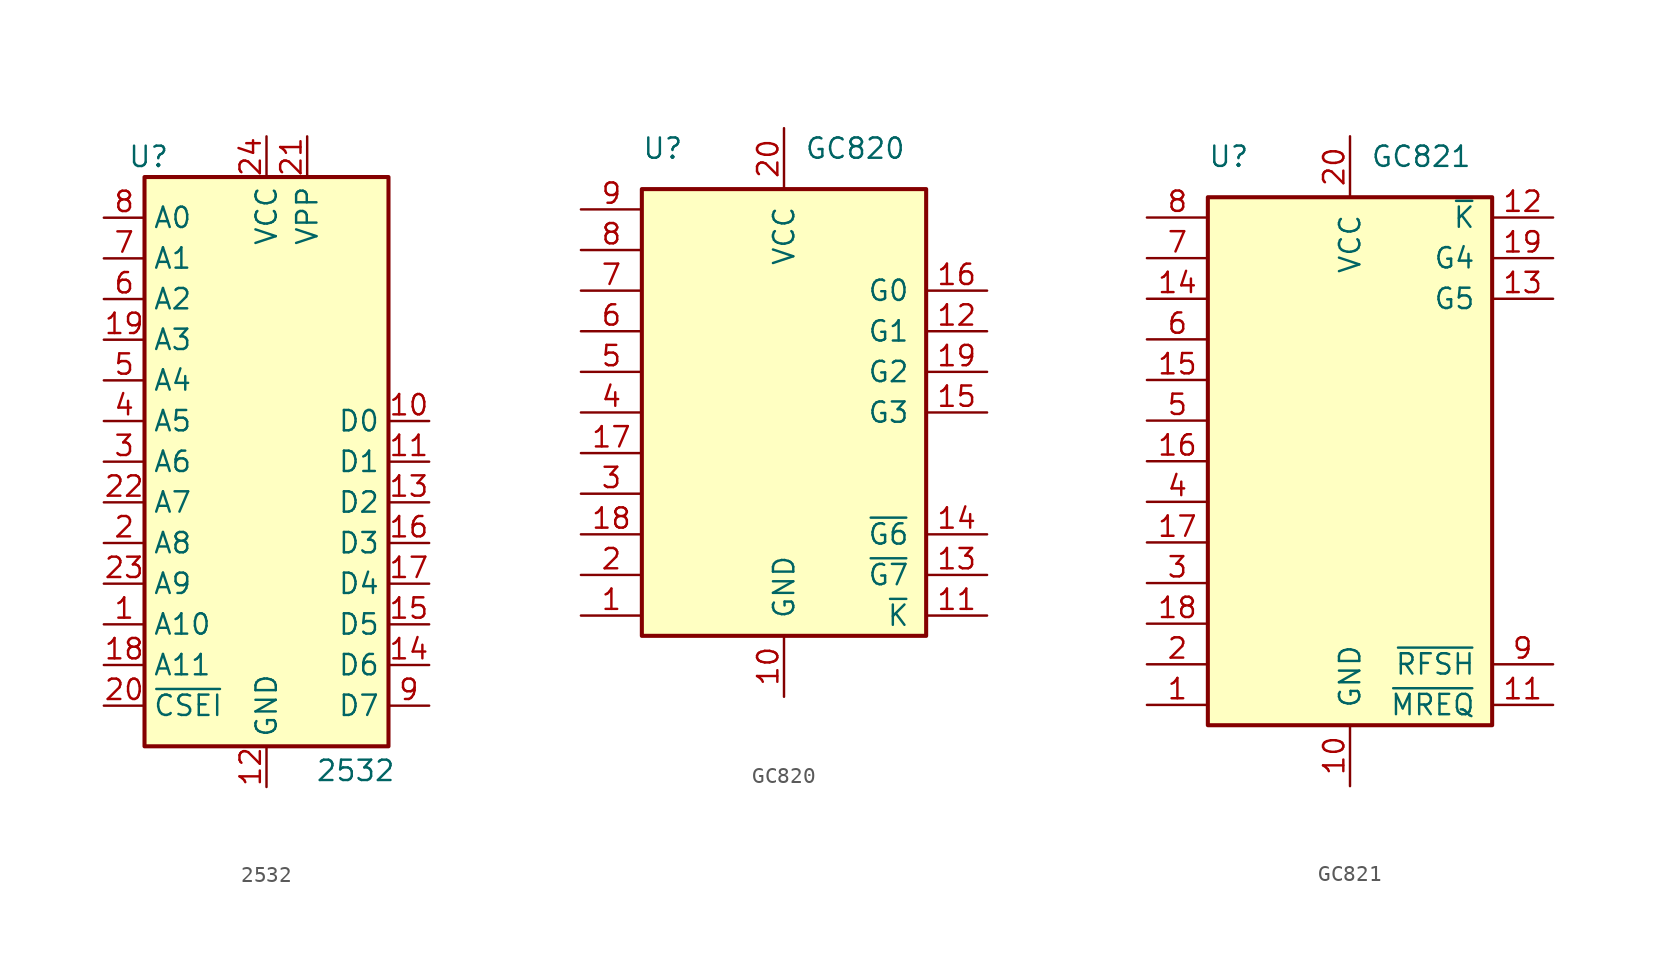
<source format=kicad_sym>
(kicad_symbol_lib
  (version 20231120)
  (generator "kicad_symbol_editor")
  (generator_version "8.0")
  (symbol "2532"
    (property "Reference" "U"
      (at -7.366 19.05 0)
      (effects (font (size 1.27 1.27))))
    (property "Value" "2532"
      (at 3.048 -19.304 0)
      (effects (font (size 1.27 1.27)) (justify left)))
    (symbol "2532_1_1"
      (rectangle (start -7.62 17.78) (end 7.62 -17.78) (stroke (width 0.254) (type default)) (fill (type background)))
      (pin input line (at -10.16 -10.16 0) (length 2.54) (name "A10" (effects (font (size 1.27 1.27)))) (number "1" (effects (font (size 1.27 1.27)))))
      (pin tri_state line (at 10.16 2.54 180) (length 2.54) (name "D0" (effects (font (size 1.27 1.27)))) (number "10" (effects (font (size 1.27 1.27)))))
      (pin tri_state line (at 10.16 0 180) (length 2.54) (name "D1" (effects (font (size 1.27 1.27)))) (number "11" (effects (font (size 1.27 1.27)))))
      (pin power_in line (at 0 -20.32 90) (length 2.54) (name "GND" (effects (font (size 1.27 1.27)))) (number "12" (effects (font (size 1.27 1.27)))))
      (pin tri_state line (at 10.16 -2.54 180) (length 2.54) (name "D2" (effects (font (size 1.27 1.27)))) (number "13" (effects (font (size 1.27 1.27)))))
      (pin tri_state line (at 10.16 -12.7 180) (length 2.54) (name "D6" (effects (font (size 1.27 1.27)))) (number "14" (effects (font (size 1.27 1.27)))))
      (pin tri_state line (at 10.16 -10.16 180) (length 2.54) (name "D5" (effects (font (size 1.27 1.27)))) (number "15" (effects (font (size 1.27 1.27)))))
      (pin tri_state line (at 10.16 -5.08 180) (length 2.54) (name "D3" (effects (font (size 1.27 1.27)))) (number "16" (effects (font (size 1.27 1.27)))))
      (pin tri_state line (at 10.16 -7.62 180) (length 2.54) (name "D4" (effects (font (size 1.27 1.27)))) (number "17" (effects (font (size 1.27 1.27)))))
      (pin input line (at -10.16 -12.7 0) (length 2.54) (name "A11" (effects (font (size 1.27 1.27)))) (number "18" (effects (font (size 1.27 1.27)))))
      (pin input line (at -10.16 7.62 0) (length 2.54) (name "A3" (effects (font (size 1.27 1.27)))) (number "19" (effects (font (size 1.27 1.27)))))
      (pin input line (at -10.16 -5.08 0) (length 2.54) (name "A8" (effects (font (size 1.27 1.27)))) (number "2" (effects (font (size 1.27 1.27)))))
      (pin input line (at -10.16 -15.24 0) (length 2.54) (name "~{CSEI}" (effects (font (size 1.27 1.27)))) (number "20" (effects (font (size 1.27 1.27)))))
      (pin input line (at 2.54 20.32 270) (length 2.54) (name "VPP" (effects (font (size 1.27 1.27)))) (number "21" (effects (font (size 1.27 1.27)))))
      (pin input line (at -10.16 -2.54 0) (length 2.54) (name "A7" (effects (font (size 1.27 1.27)))) (number "22" (effects (font (size 1.27 1.27)))))
      (pin input line (at -10.16 -7.62 0) (length 2.54) (name "A9" (effects (font (size 1.27 1.27)))) (number "23" (effects (font (size 1.27 1.27)))))
      (pin power_in line (at 0 20.32 270) (length 2.54) (name "VCC" (effects (font (size 1.27 1.27)))) (number "24" (effects (font (size 1.27 1.27)))))
      (pin input line (at -10.16 0 0) (length 2.54) (name "A6" (effects (font (size 1.27 1.27)))) (number "3" (effects (font (size 1.27 1.27)))))
      (pin input line (at -10.16 2.54 0) (length 2.54) (name "A5" (effects (font (size 1.27 1.27)))) (number "4" (effects (font (size 1.27 1.27)))))
      (pin input line (at -10.16 5.08 0) (length 2.54) (name "A4" (effects (font (size 1.27 1.27)))) (number "5" (effects (font (size 1.27 1.27)))))
      (pin input line (at -10.16 10.16 0) (length 2.54) (name "A2" (effects (font (size 1.27 1.27)))) (number "6" (effects (font (size 1.27 1.27)))))
      (pin input line (at -10.16 12.7 0) (length 2.54) (name "A1" (effects (font (size 1.27 1.27)))) (number "7" (effects (font (size 1.27 1.27)))))
      (pin input line (at -10.16 15.24 0) (length 2.54) (name "A0" (effects (font (size 1.27 1.27)))) (number "8" (effects (font (size 1.27 1.27)))))
      (pin tri_state line (at 10.16 -15.24 180) (length 2.54) (name "D7" (effects (font (size 1.27 1.27)))) (number "9" (effects (font (size 1.27 1.27)))))))
  (symbol "GC820"
    (pin_names
      (offset 1.016))
    (property "Reference" "U"
      (at -8.89 16.51 0)
      (effects (font (size 1.27 1.27)) (justify left)))
    (property "Value" "GC820"
      (at 1.27 16.51 0)
      (effects (font (size 1.27 1.27)) (justify left)))
    (symbol "GC820_0_0"
      (pin power_in line (at 0 -17.78 90) (length 3.81) (name "GND" (effects (font (size 1.27 1.27)))) (number "10" (effects (font (size 1.27 1.27)))))
      (pin power_in line (at 0 17.78 270) (length 3.81) (name "VCC" (effects (font (size 1.27 1.27)))) (number "20" (effects (font (size 1.27 1.27))))))
    (symbol "GC820_0_1"
      (rectangle (start -8.89 13.97) (end 8.89 -13.97) (stroke (width 0.254) (type default)) (fill (type background))))
    (symbol "GC820_1_1"
      (pin input line (at -12.7 -12.7 0) (length 3.81) (name "" (effects (font (size 1.27 1.27)))) (number "1" (effects (font (size 1.27 1.27)))))
      (pin input line (at 12.7 -12.7 180) (length 3.81) (name "~{K}" (effects (font (size 1.27 1.27)))) (number "11" (effects (font (size 1.27 1.27)))))
      (pin tri_state line (at 12.7 5.08 180) (length 3.81) (name "G1" (effects (font (size 1.27 1.27)))) (number "12" (effects (font (size 1.27 1.27)))))
      (pin tri_state line (at 12.7 -10.16 180) (length 3.81) (name "~{G7}" (effects (font (size 1.27 1.27)))) (number "13" (effects (font (size 1.27 1.27)))))
      (pin tri_state line (at 12.7 -7.62 180) (length 3.81) (name "~{G6}" (effects (font (size 1.27 1.27)))) (number "14" (effects (font (size 1.27 1.27)))))
      (pin tri_state line (at 12.7 0 180) (length 3.81) (name "G3" (effects (font (size 1.27 1.27)))) (number "15" (effects (font (size 1.27 1.27)))))
      (pin tri_state line (at 12.7 7.62 180) (length 3.81) (name "G0" (effects (font (size 1.27 1.27)))) (number "16" (effects (font (size 1.27 1.27)))))
      (pin tri_state line (at -12.7 -2.54 0) (length 3.81) (name "" (effects (font (size 1.27 1.27)))) (number "17" (effects (font (size 1.27 1.27)))))
      (pin tri_state line (at -12.7 -7.62 0) (length 3.81) (name "" (effects (font (size 1.27 1.27)))) (number "18" (effects (font (size 1.27 1.27)))))
      (pin tri_state line (at 12.7 2.54 180) (length 3.81) (name "G2" (effects (font (size 1.27 1.27)))) (number "19" (effects (font (size 1.27 1.27)))))
      (pin input line (at -12.7 -10.16 0) (length 3.81) (name "" (effects (font (size 1.27 1.27)))) (number "2" (effects (font (size 1.27 1.27)))))
      (pin input line (at -12.7 -5.08 0) (length 3.81) (name "" (effects (font (size 1.27 1.27)))) (number "3" (effects (font (size 1.27 1.27)))))
      (pin input line (at -12.7 0 0) (length 3.81) (name "" (effects (font (size 1.27 1.27)))) (number "4" (effects (font (size 1.27 1.27)))))
      (pin input line (at -12.7 2.54 0) (length 3.81) (name "" (effects (font (size 1.27 1.27)))) (number "5" (effects (font (size 1.27 1.27)))))
      (pin input line (at -12.7 5.08 0) (length 3.81) (name "" (effects (font (size 1.27 1.27)))) (number "6" (effects (font (size 1.27 1.27)))))
      (pin input line (at -12.7 7.62 0) (length 3.81) (name "" (effects (font (size 1.27 1.27)))) (number "7" (effects (font (size 1.27 1.27)))))
      (pin input line (at -12.7 10.16 0) (length 3.81) (name "" (effects (font (size 1.27 1.27)))) (number "8" (effects (font (size 1.27 1.27)))))
      (pin input line (at -12.7 12.7 0) (length 3.81) (name "" (effects (font (size 1.27 1.27)))) (number "9" (effects (font (size 1.27 1.27)))))))
  (symbol "GC821"
    (pin_names
      (offset 1.016))
    (property "Reference" "U"
      (at -8.89 19.05 0)
      (effects (font (size 1.27 1.27)) (justify left)))
    (property "Value" "GC821"
      (at 1.27 19.05 0)
      (effects (font (size 1.27 1.27)) (justify left)))
    (symbol "GC821_0_0"
      (pin power_in line (at 0 -20.32 90) (length 3.81) (name "GND" (effects (font (size 1.27 1.27)))) (number "10" (effects (font (size 1.27 1.27)))))
      (pin power_in line (at 0 20.32 270) (length 3.81) (name "VCC" (effects (font (size 1.27 1.27)))) (number "20" (effects (font (size 1.27 1.27))))))
    (symbol "GC821_0_1"
      (rectangle (start -8.89 16.51) (end 8.89 -16.51) (stroke (width 0.254) (type default)) (fill (type background))))
    (symbol "GC821_1_1"
      (pin input line (at -12.7 -15.24 0) (length 3.81) (name "" (effects (font (size 1.27 1.27)))) (number "1" (effects (font (size 1.27 1.27)))))
      (pin input line (at 12.7 -15.24 180) (length 3.81) (name "~{MREQ}" (effects (font (size 1.27 1.27)))) (number "11" (effects (font (size 1.27 1.27)))))
      (pin tri_state line (at 12.7 15.24 180) (length 3.81) (name "~{K}" (effects (font (size 1.27 1.27)))) (number "12" (effects (font (size 1.27 1.27)))))
      (pin tri_state line (at 12.7 10.16 180) (length 3.81) (name "G5" (effects (font (size 1.27 1.27)))) (number "13" (effects (font (size 1.27 1.27)))))
      (pin tri_state line (at -12.7 10.16 0) (length 3.81) (name "" (effects (font (size 1.27 1.27)))) (number "14" (effects (font (size 1.27 1.27)))))
      (pin tri_state line (at -12.7 5.08 0) (length 3.81) (name "" (effects (font (size 1.27 1.27)))) (number "15" (effects (font (size 1.27 1.27)))))
      (pin tri_state line (at -12.7 0 0) (length 3.81) (name "" (effects (font (size 1.27 1.27)))) (number "16" (effects (font (size 1.27 1.27)))))
      (pin tri_state line (at -12.7 -5.08 0) (length 3.81) (name "" (effects (font (size 1.27 1.27)))) (number "17" (effects (font (size 1.27 1.27)))))
      (pin tri_state line (at -12.7 -10.16 0) (length 3.81) (name "" (effects (font (size 1.27 1.27)))) (number "18" (effects (font (size 1.27 1.27)))))
      (pin tri_state line (at 12.7 12.7 180) (length 3.81) (name "G4" (effects (font (size 1.27 1.27)))) (number "19" (effects (font (size 1.27 1.27)))))
      (pin input line (at -12.7 -12.7 0) (length 3.81) (name "" (effects (font (size 1.27 1.27)))) (number "2" (effects (font (size 1.27 1.27)))))
      (pin input line (at -12.7 -7.62 0) (length 3.81) (name "" (effects (font (size 1.27 1.27)))) (number "3" (effects (font (size 1.27 1.27)))))
      (pin input line (at -12.7 -2.54 0) (length 3.81) (name "" (effects (font (size 1.27 1.27)))) (number "4" (effects (font (size 1.27 1.27)))))
      (pin input line (at -12.7 2.54 0) (length 3.81) (name "" (effects (font (size 1.27 1.27)))) (number "5" (effects (font (size 1.27 1.27)))))
      (pin input line (at -12.7 7.62 0) (length 3.81) (name "" (effects (font (size 1.27 1.27)))) (number "6" (effects (font (size 1.27 1.27)))))
      (pin input line (at -12.7 12.7 0) (length 3.81) (name "" (effects (font (size 1.27 1.27)))) (number "7" (effects (font (size 1.27 1.27)))))
      (pin input line (at -12.7 15.24 0) (length 3.81) (name "" (effects (font (size 1.27 1.27)))) (number "8" (effects (font (size 1.27 1.27)))))
      (pin input line (at 12.7 -12.7 180) (length 3.81) (name "~{RFSH}" (effects (font (size 1.27 1.27)))) (number "9" (effects (font (size 1.27 1.27))))))))
</source>
